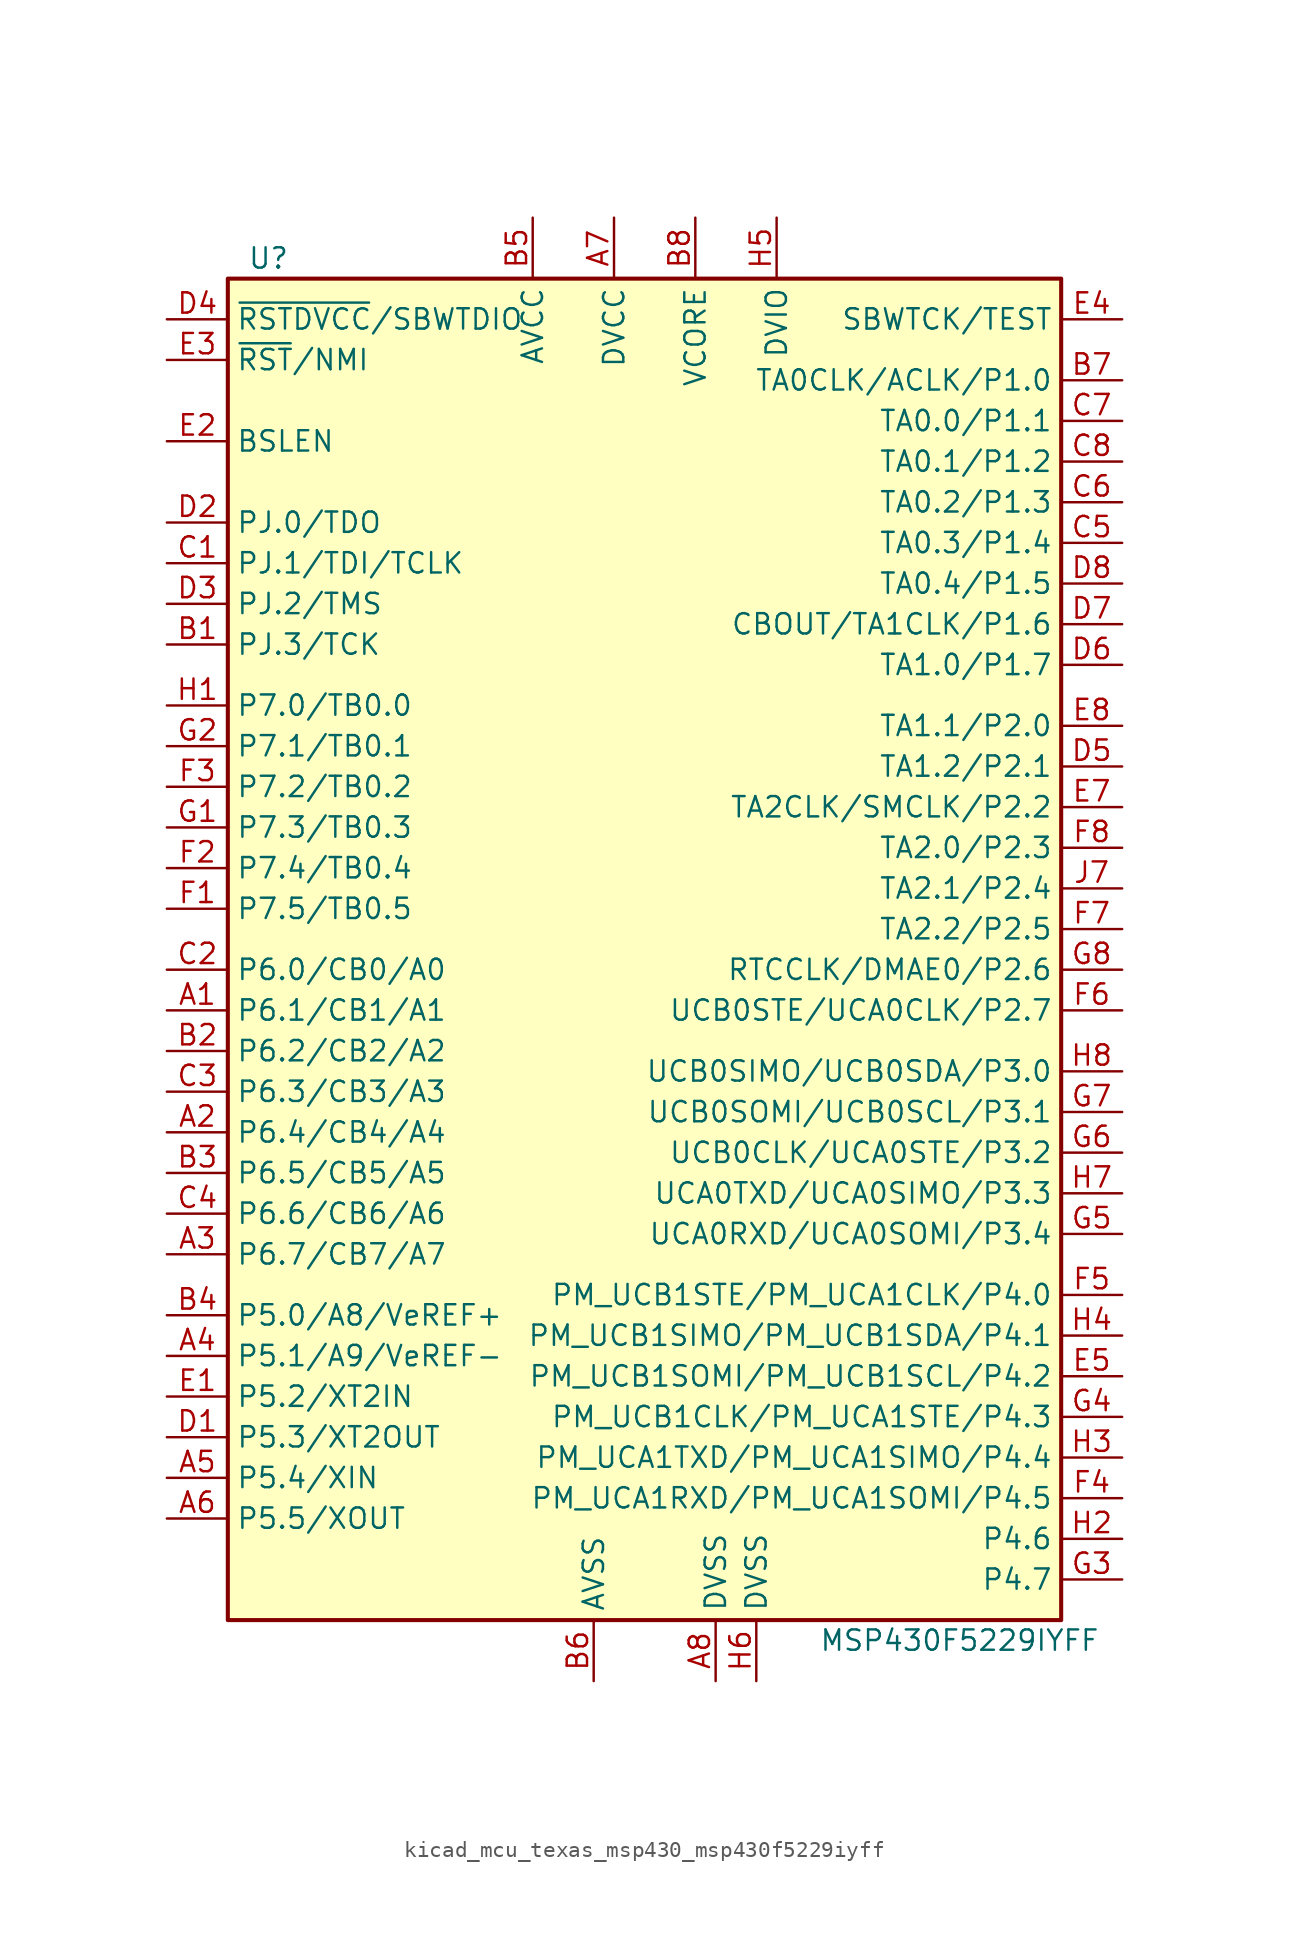
<source format=kicad_sym>
(kicad_symbol_lib
  (version 20220914)
  (generator kicad_symbol_editor)
  (symbol "kicad_mcu_texas_msp430_msp430f5229iyff"
    (property "Reference" "U"
      (at -24.13 43.18 0)
      (effects (font (size 1.27 1.27))))
    (property "Value" "MSP430F5229IYFF"
      (at 19.05 -43.18 0)
      (effects (font (size 1.27 1.27))))
    (symbol "kicad_mcu_texas_msp430_msp430f5229iyff_0_1"
      (rectangle (start -26.67 41.91) (end 25.4 -41.91) (stroke (width 0.254) (type default)) (fill (type background))))
    (symbol "kicad_mcu_texas_msp430_msp430f5229iyff_1_1"
      (pin bidirectional line (at -30.48 -3.81 0) (length 3.81) (name "P6.1/CB1/A1" (effects (font (size 1.27 1.27)))) (number "A1" (effects (font (size 1.27 1.27)))))
      (pin bidirectional line (at -30.48 -11.43 0) (length 3.81) (name "P6.4/CB4/A4" (effects (font (size 1.27 1.27)))) (number "A2" (effects (font (size 1.27 1.27)))))
      (pin bidirectional line (at -30.48 -19.05 0) (length 3.81) (name "P6.7/CB7/A7" (effects (font (size 1.27 1.27)))) (number "A3" (effects (font (size 1.27 1.27)))))
      (pin bidirectional line (at -30.48 -25.4 0) (length 3.81) (name "P5.1/A9/VeREF-" (effects (font (size 1.27 1.27)))) (number "A4" (effects (font (size 1.27 1.27)))))
      (pin bidirectional line (at -30.48 -33.02 0) (length 3.81) (name "P5.4/XIN" (effects (font (size 1.27 1.27)))) (number "A5" (effects (font (size 1.27 1.27)))))
      (pin bidirectional line (at -30.48 -35.56 0) (length 3.81) (name "P5.5/XOUT" (effects (font (size 1.27 1.27)))) (number "A6" (effects (font (size 1.27 1.27)))))
      (pin power_in line (at -2.54 45.72 270) (length 3.81) (name "DVCC" (effects (font (size 1.27 1.27)))) (number "A7" (effects (font (size 1.27 1.27)))))
      (pin power_in line (at 3.81 -45.72 90) (length 3.81) (name "DVSS" (effects (font (size 1.27 1.27)))) (number "A8" (effects (font (size 1.27 1.27)))))
      (pin bidirectional line (at -30.48 19.05 0) (length 3.81) (name "PJ.3/TCK" (effects (font (size 1.27 1.27)))) (number "B1" (effects (font (size 1.27 1.27)))))
      (pin bidirectional line (at -30.48 -6.35 0) (length 3.81) (name "P6.2/CB2/A2" (effects (font (size 1.27 1.27)))) (number "B2" (effects (font (size 1.27 1.27)))))
      (pin bidirectional line (at -30.48 -13.97 0) (length 3.81) (name "P6.5/CB5/A5" (effects (font (size 1.27 1.27)))) (number "B3" (effects (font (size 1.27 1.27)))))
      (pin bidirectional line (at -30.48 -22.86 0) (length 3.81) (name "P5.0/A8/VeREF+" (effects (font (size 1.27 1.27)))) (number "B4" (effects (font (size 1.27 1.27)))))
      (pin power_in line (at -7.62 45.72 270) (length 3.81) (name "AVCC" (effects (font (size 1.27 1.27)))) (number "B5" (effects (font (size 1.27 1.27)))))
      (pin power_in line (at -3.81 -45.72 90) (length 3.81) (name "AVSS" (effects (font (size 1.27 1.27)))) (number "B6" (effects (font (size 1.27 1.27)))))
      (pin bidirectional line (at 29.21 35.56 180) (length 3.81) (name "TA0CLK/ACLK/P1.0" (effects (font (size 1.27 1.27)))) (number "B7" (effects (font (size 1.27 1.27)))))
      (pin power_in line (at 2.54 45.72 270) (length 3.81) (name "VCORE" (effects (font (size 1.27 1.27)))) (number "B8" (effects (font (size 1.27 1.27)))))
      (pin bidirectional line (at -30.48 24.13 0) (length 3.81) (name "PJ.1/TDI/TCLK" (effects (font (size 1.27 1.27)))) (number "C1" (effects (font (size 1.27 1.27)))))
      (pin bidirectional line (at -30.48 -1.27 0) (length 3.81) (name "P6.0/CB0/A0" (effects (font (size 1.27 1.27)))) (number "C2" (effects (font (size 1.27 1.27)))))
      (pin bidirectional line (at -30.48 -8.89 0) (length 3.81) (name "P6.3/CB3/A3" (effects (font (size 1.27 1.27)))) (number "C3" (effects (font (size 1.27 1.27)))))
      (pin bidirectional line (at -30.48 -16.51 0) (length 3.81) (name "P6.6/CB6/A6" (effects (font (size 1.27 1.27)))) (number "C4" (effects (font (size 1.27 1.27)))))
      (pin bidirectional line (at 29.21 25.4 180) (length 3.81) (name "TA0.3/P1.4" (effects (font (size 1.27 1.27)))) (number "C5" (effects (font (size 1.27 1.27)))))
      (pin bidirectional line (at 29.21 27.94 180) (length 3.81) (name "TA0.2/P1.3" (effects (font (size 1.27 1.27)))) (number "C6" (effects (font (size 1.27 1.27)))))
      (pin bidirectional line (at 29.21 33.02 180) (length 3.81) (name "TA0.0/P1.1" (effects (font (size 1.27 1.27)))) (number "C7" (effects (font (size 1.27 1.27)))))
      (pin bidirectional line (at 29.21 30.48 180) (length 3.81) (name "TA0.1/P1.2" (effects (font (size 1.27 1.27)))) (number "C8" (effects (font (size 1.27 1.27)))))
      (pin bidirectional line (at -30.48 -30.48 0) (length 3.81) (name "P5.3/XT2OUT" (effects (font (size 1.27 1.27)))) (number "D1" (effects (font (size 1.27 1.27)))))
      (pin bidirectional line (at -30.48 26.67 0) (length 3.81) (name "PJ.0/TDO" (effects (font (size 1.27 1.27)))) (number "D2" (effects (font (size 1.27 1.27)))))
      (pin bidirectional line (at -30.48 21.59 0) (length 3.81) (name "PJ.2/TMS" (effects (font (size 1.27 1.27)))) (number "D3" (effects (font (size 1.27 1.27)))))
      (pin bidirectional line (at -30.48 39.37 0) (length 3.81) (name "~{RSTDVCC}/SBWTDIO" (effects (font (size 1.27 1.27)))) (number "D4" (effects (font (size 1.27 1.27)))))
      (pin bidirectional line (at 29.21 11.43 180) (length 3.81) (name "TA1.2/P2.1" (effects (font (size 1.27 1.27)))) (number "D5" (effects (font (size 1.27 1.27)))))
      (pin bidirectional line (at 29.21 17.78 180) (length 3.81) (name "TA1.0/P1.7" (effects (font (size 1.27 1.27)))) (number "D6" (effects (font (size 1.27 1.27)))))
      (pin bidirectional line (at 29.21 20.32 180) (length 3.81) (name "CBOUT/TA1CLK/P1.6" (effects (font (size 1.27 1.27)))) (number "D7" (effects (font (size 1.27 1.27)))))
      (pin bidirectional line (at 29.21 22.86 180) (length 3.81) (name "TA0.4/P1.5" (effects (font (size 1.27 1.27)))) (number "D8" (effects (font (size 1.27 1.27)))))
      (pin bidirectional line (at -30.48 -27.94 0) (length 3.81) (name "P5.2/XT2IN" (effects (font (size 1.27 1.27)))) (number "E1" (effects (font (size 1.27 1.27)))))
      (pin bidirectional line (at -30.48 31.75 0) (length 3.81) (name "BSLEN" (effects (font (size 1.27 1.27)))) (number "E2" (effects (font (size 1.27 1.27)))))
      (pin input line (at -30.48 36.83 0) (length 3.81) (name "~{RST}/NMI" (effects (font (size 1.27 1.27)))) (number "E3" (effects (font (size 1.27 1.27)))))
      (pin input line (at 29.21 39.37 180) (length 3.81) (name "SBWTCK/TEST" (effects (font (size 1.27 1.27)))) (number "E4" (effects (font (size 1.27 1.27)))))
      (pin bidirectional line (at 29.21 -26.67 180) (length 3.81) (name "PM_UCB1SOMI/PM_UCB1SCL/P4.2" (effects (font (size 1.27 1.27)))) (number "E5" (effects (font (size 1.27 1.27)))))
      (pin bidirectional line (at 29.21 8.89 180) (length 3.81) (name "TA2CLK/SMCLK/P2.2" (effects (font (size 1.27 1.27)))) (number "E7" (effects (font (size 1.27 1.27)))))
      (pin bidirectional line (at 29.21 13.97 180) (length 3.81) (name "TA1.1/P2.0" (effects (font (size 1.27 1.27)))) (number "E8" (effects (font (size 1.27 1.27)))))
      (pin bidirectional line (at -30.48 2.54 0) (length 3.81) (name "P7.5/TB0.5" (effects (font (size 1.27 1.27)))) (number "F1" (effects (font (size 1.27 1.27)))))
      (pin bidirectional line (at -30.48 5.08 0) (length 3.81) (name "P7.4/TB0.4" (effects (font (size 1.27 1.27)))) (number "F2" (effects (font (size 1.27 1.27)))))
      (pin bidirectional line (at -30.48 10.16 0) (length 3.81) (name "P7.2/TB0.2" (effects (font (size 1.27 1.27)))) (number "F3" (effects (font (size 1.27 1.27)))))
      (pin bidirectional line (at 29.21 -34.29 180) (length 3.81) (name "PM_UCA1RXD/PM_UCA1SOMI/P4.5" (effects (font (size 1.27 1.27)))) (number "F4" (effects (font (size 1.27 1.27)))))
      (pin bidirectional line (at 29.21 -21.59 180) (length 3.81) (name "PM_UCB1STE/PM_UCA1CLK/P4.0" (effects (font (size 1.27 1.27)))) (number "F5" (effects (font (size 1.27 1.27)))))
      (pin bidirectional line (at 29.21 -3.81 180) (length 3.81) (name "UCB0STE/UCA0CLK/P2.7" (effects (font (size 1.27 1.27)))) (number "F6" (effects (font (size 1.27 1.27)))))
      (pin bidirectional line (at 29.21 1.27 180) (length 3.81) (name "TA2.2/P2.5" (effects (font (size 1.27 1.27)))) (number "F7" (effects (font (size 1.27 1.27)))))
      (pin bidirectional line (at 29.21 6.35 180) (length 3.81) (name "TA2.0/P2.3" (effects (font (size 1.27 1.27)))) (number "F8" (effects (font (size 1.27 1.27)))))
      (pin bidirectional line (at -30.48 7.62 0) (length 3.81) (name "P7.3/TB0.3" (effects (font (size 1.27 1.27)))) (number "G1" (effects (font (size 1.27 1.27)))))
      (pin bidirectional line (at -30.48 12.7 0) (length 3.81) (name "P7.1/TB0.1" (effects (font (size 1.27 1.27)))) (number "G2" (effects (font (size 1.27 1.27)))))
      (pin bidirectional line (at 29.21 -39.37 180) (length 3.81) (name "P4.7" (effects (font (size 1.27 1.27)))) (number "G3" (effects (font (size 1.27 1.27)))))
      (pin bidirectional line (at 29.21 -29.21 180) (length 3.81) (name "PM_UCB1CLK/PM_UCA1STE/P4.3" (effects (font (size 1.27 1.27)))) (number "G4" (effects (font (size 1.27 1.27)))))
      (pin bidirectional line (at 29.21 -17.78 180) (length 3.81) (name "UCA0RXD/UCA0SOMI/P3.4" (effects (font (size 1.27 1.27)))) (number "G5" (effects (font (size 1.27 1.27)))))
      (pin bidirectional line (at 29.21 -12.7 180) (length 3.81) (name "UCB0CLK/UCA0STE/P3.2" (effects (font (size 1.27 1.27)))) (number "G6" (effects (font (size 1.27 1.27)))))
      (pin bidirectional line (at 29.21 -10.16 180) (length 3.81) (name "UCB0SOMI/UCB0SCL/P3.1" (effects (font (size 1.27 1.27)))) (number "G7" (effects (font (size 1.27 1.27)))))
      (pin bidirectional line (at 29.21 -1.27 180) (length 3.81) (name "RTCCLK/DMAE0/P2.6" (effects (font (size 1.27 1.27)))) (number "G8" (effects (font (size 1.27 1.27)))))
      (pin bidirectional line (at -30.48 15.24 0) (length 3.81) (name "P7.0/TB0.0" (effects (font (size 1.27 1.27)))) (number "H1" (effects (font (size 1.27 1.27)))))
      (pin bidirectional line (at 29.21 -36.83 180) (length 3.81) (name "P4.6" (effects (font (size 1.27 1.27)))) (number "H2" (effects (font (size 1.27 1.27)))))
      (pin bidirectional line (at 29.21 -31.75 180) (length 3.81) (name "PM_UCA1TXD/PM_UCA1SIMO/P4.4" (effects (font (size 1.27 1.27)))) (number "H3" (effects (font (size 1.27 1.27)))))
      (pin bidirectional line (at 29.21 -24.13 180) (length 3.81) (name "PM_UCB1SIMO/PM_UCB1SDA/P4.1" (effects (font (size 1.27 1.27)))) (number "H4" (effects (font (size 1.27 1.27)))))
      (pin power_in line (at 7.62 45.72 270) (length 3.81) (name "DVIO" (effects (font (size 1.27 1.27)))) (number "H5" (effects (font (size 1.27 1.27)))))
      (pin power_in line (at 6.35 -45.72 90) (length 3.81) (name "DVSS" (effects (font (size 1.27 1.27)))) (number "H6" (effects (font (size 1.27 1.27)))))
      (pin bidirectional line (at 29.21 -15.24 180) (length 3.81) (name "UCA0TXD/UCA0SIMO/P3.3" (effects (font (size 1.27 1.27)))) (number "H7" (effects (font (size 1.27 1.27)))))
      (pin bidirectional line (at 29.21 -7.62 180) (length 3.81) (name "UCB0SIMO/UCB0SDA/P3.0" (effects (font (size 1.27 1.27)))) (number "H8" (effects (font (size 1.27 1.27)))))
      (pin bidirectional line (at 29.21 3.81 180) (length 3.81) (name "TA2.1/P2.4" (effects (font (size 1.27 1.27)))) (number "J7" (effects (font (size 1.27 1.27))))))))
</source>
